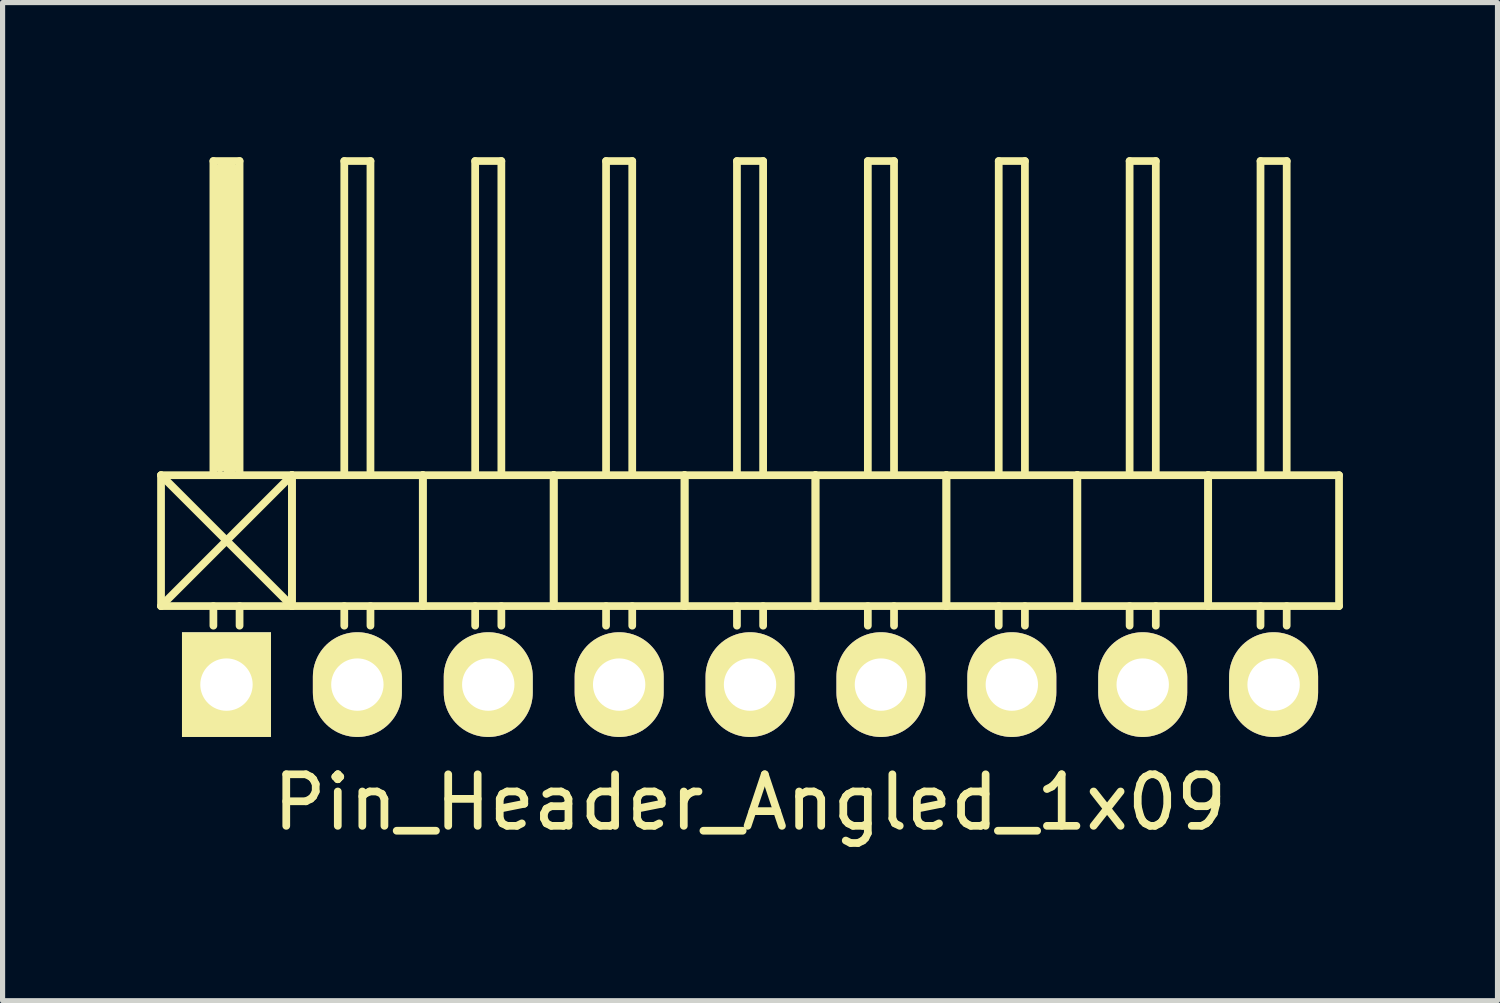
<source format=kicad_pcb>
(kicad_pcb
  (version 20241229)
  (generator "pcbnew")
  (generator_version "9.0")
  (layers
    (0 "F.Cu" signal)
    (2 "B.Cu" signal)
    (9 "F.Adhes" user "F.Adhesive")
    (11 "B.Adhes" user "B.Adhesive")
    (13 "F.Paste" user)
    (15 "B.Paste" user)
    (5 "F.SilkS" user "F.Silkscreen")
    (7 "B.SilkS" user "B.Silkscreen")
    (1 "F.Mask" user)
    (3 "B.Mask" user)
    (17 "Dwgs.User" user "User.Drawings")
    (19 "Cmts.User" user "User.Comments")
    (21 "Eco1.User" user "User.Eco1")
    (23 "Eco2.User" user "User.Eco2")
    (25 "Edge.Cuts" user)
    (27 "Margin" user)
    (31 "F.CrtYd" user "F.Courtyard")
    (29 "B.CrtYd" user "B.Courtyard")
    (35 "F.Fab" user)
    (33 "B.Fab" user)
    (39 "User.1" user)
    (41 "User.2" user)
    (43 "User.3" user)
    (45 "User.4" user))
  (footprint "Pin_Header_Angled_1x09"
    (layer "F.Cu")
    (at 11.505 10.235)
    (property "Reference" "Pin_Header_Angled_1x09" (at 0 2.286 0) (layer "F.SilkS") (effects (font (size 1 1) (thickness 0.15))))
    (attr through_hole)
    (fp_line (start -11.43 -4.064) (end -8.89 -1.524) (stroke (width 0.15) (type solid)) (layer "F.SilkS"))
    (fp_line (start -11.43 -1.524) (end -11.43 -4.064) (stroke (width 0.15) (type solid)) (layer "F.SilkS"))
    (fp_line (start -11.43 -1.524) (end -8.89 -1.524) (stroke (width 0.15) (type solid)) (layer "F.SilkS"))
    (fp_line (start -10.414 -10.16) (end -9.906 -10.16) (stroke (width 0.15) (type solid)) (layer "F.SilkS"))
    (fp_line (start -10.414 -4.064) (end -10.414 -10.16) (stroke (width 0.15) (type solid)) (layer "F.SilkS"))
    (fp_line (start -10.414 -1.524) (end -10.414 -1.143) (stroke (width 0.15) (type solid)) (layer "F.SilkS"))
    (fp_line (start -10.287 -10.033) (end -10.033 -10.033) (stroke (width 0.15) (type solid)) (layer "F.SilkS"))
    (fp_line (start -10.287 -4.191) (end -10.287 -10.033) (stroke (width 0.15) (type solid)) (layer "F.SilkS"))
    (fp_line (start -10.16 -4.191) (end -10.16 -10.033) (stroke (width 0.15) (type solid)) (layer "F.SilkS"))
    (fp_line (start -10.033 -10.033) (end -10.033 -4.191) (stroke (width 0.15) (type solid)) (layer "F.SilkS"))
    (fp_line (start -10.033 -4.191) (end -10.16 -4.191) (stroke (width 0.15) (type solid)) (layer "F.SilkS"))
    (fp_line (start -9.906 -10.16) (end -9.906 -4.064) (stroke (width 0.15) (type solid)) (layer "F.SilkS"))
    (fp_line (start -9.906 -1.524) (end -9.906 -1.143) (stroke (width 0.15) (type solid)) (layer "F.SilkS"))
    (fp_line (start -8.89 -4.064) (end -11.43 -4.064) (stroke (width 0.15) (type solid)) (layer "F.SilkS"))
    (fp_line (start -8.89 -4.064) (end -11.43 -1.524) (stroke (width 0.15) (type solid)) (layer "F.SilkS"))
    (fp_line (start -8.89 -1.524) (end -8.89 -4.064) (stroke (width 0.15) (type solid)) (layer "F.SilkS"))
    (fp_line (start -8.89 -1.524) (end -8.89 -4.064) (stroke (width 0.15) (type solid)) (layer "F.SilkS"))
    (fp_line (start -8.89 -1.524) (end -6.35 -1.524) (stroke (width 0.15) (type solid)) (layer "F.SilkS"))
    (fp_line (start -7.874 -10.16) (end -7.366 -10.16) (stroke (width 0.15) (type solid)) (layer "F.SilkS"))
    (fp_line (start -7.874 -4.064) (end -7.874 -10.16) (stroke (width 0.15) (type solid)) (layer "F.SilkS"))
    (fp_line (start -7.874 -1.524) (end -7.874 -1.143) (stroke (width 0.15) (type solid)) (layer "F.SilkS"))
    (fp_line (start -7.366 -10.16) (end -7.366 -4.064) (stroke (width 0.15) (type solid)) (layer "F.SilkS"))
    (fp_line (start -7.366 -1.524) (end -7.366 -1.143) (stroke (width 0.15) (type solid)) (layer "F.SilkS"))
    (fp_line (start -6.35 -4.064) (end -8.89 -4.064) (stroke (width 0.15) (type solid)) (layer "F.SilkS"))
    (fp_line (start -6.35 -1.524) (end -6.35 -4.064) (stroke (width 0.15) (type solid)) (layer "F.SilkS"))
    (fp_line (start -6.35 -1.524) (end -6.35 -4.064) (stroke (width 0.15) (type solid)) (layer "F.SilkS"))
    (fp_line (start -6.35 -1.524) (end -3.81 -1.524) (stroke (width 0.15) (type solid)) (layer "F.SilkS"))
    (fp_line (start -5.334 -10.16) (end -4.826 -10.16) (stroke (width 0.15) (type solid)) (layer "F.SilkS"))
    (fp_line (start -5.334 -4.064) (end -5.334 -10.16) (stroke (width 0.15) (type solid)) (layer "F.SilkS"))
    (fp_line (start -5.334 -1.524) (end -5.334 -1.143) (stroke (width 0.15) (type solid)) (layer "F.SilkS"))
    (fp_line (start -4.826 -10.16) (end -4.826 -4.064) (stroke (width 0.15) (type solid)) (layer "F.SilkS"))
    (fp_line (start -4.826 -1.524) (end -4.826 -1.143) (stroke (width 0.15) (type solid)) (layer "F.SilkS"))
    (fp_line (start -3.81 -4.064) (end -6.35 -4.064) (stroke (width 0.15) (type solid)) (layer "F.SilkS"))
    (fp_line (start -3.81 -1.524) (end -3.81 -4.064) (stroke (width 0.15) (type solid)) (layer "F.SilkS"))
    (fp_line (start -3.81 -1.524) (end -3.81 -4.064) (stroke (width 0.15) (type solid)) (layer "F.SilkS"))
    (fp_line (start -3.81 -1.524) (end -1.27 -1.524) (stroke (width 0.15) (type solid)) (layer "F.SilkS"))
    (fp_line (start -2.794 -10.16) (end -2.286 -10.16) (stroke (width 0.15) (type solid)) (layer "F.SilkS"))
    (fp_line (start -2.794 -4.064) (end -2.794 -10.16) (stroke (width 0.15) (type solid)) (layer "F.SilkS"))
    (fp_line (start -2.794 -1.524) (end -2.794 -1.143) (stroke (width 0.15) (type solid)) (layer "F.SilkS"))
    (fp_line (start -2.286 -10.16) (end -2.286 -4.064) (stroke (width 0.15) (type solid)) (layer "F.SilkS"))
    (fp_line (start -2.286 -1.524) (end -2.286 -1.143) (stroke (width 0.15) (type solid)) (layer "F.SilkS"))
    (fp_line (start -1.27 -4.064) (end -3.81 -4.064) (stroke (width 0.15) (type solid)) (layer "F.SilkS"))
    (fp_line (start -1.27 -1.524) (end -1.27 -4.064) (stroke (width 0.15) (type solid)) (layer "F.SilkS"))
    (fp_line (start -1.27 -1.524) (end -1.27 -4.064) (stroke (width 0.15) (type solid)) (layer "F.SilkS"))
    (fp_line (start -1.27 -1.524) (end 1.27 -1.524) (stroke (width 0.15) (type solid)) (layer "F.SilkS"))
    (fp_line (start -0.254 -10.16) (end 0.254 -10.16) (stroke (width 0.15) (type solid)) (layer "F.SilkS"))
    (fp_line (start -0.254 -4.064) (end -0.254 -10.16) (stroke (width 0.15) (type solid)) (layer "F.SilkS"))
    (fp_line (start -0.254 -1.524) (end -0.254 -1.143) (stroke (width 0.15) (type solid)) (layer "F.SilkS"))
    (fp_line (start 0.254 -10.16) (end 0.254 -4.064) (stroke (width 0.15) (type solid)) (layer "F.SilkS"))
    (fp_line (start 0.254 -1.524) (end 0.254 -1.143) (stroke (width 0.15) (type solid)) (layer "F.SilkS"))
    (fp_line (start 1.27 -4.064) (end -1.27 -4.064) (stroke (width 0.15) (type solid)) (layer "F.SilkS"))
    (fp_line (start 1.27 -1.524) (end 1.27 -4.064) (stroke (width 0.15) (type solid)) (layer "F.SilkS"))
    (fp_line (start 1.27 -1.524) (end 1.27 -4.064) (stroke (width 0.15) (type solid)) (layer "F.SilkS"))
    (fp_line (start 1.27 -1.524) (end 3.81 -1.524) (stroke (width 0.15) (type solid)) (layer "F.SilkS"))
    (fp_line (start 2.286 -10.16) (end 2.794 -10.16) (stroke (width 0.15) (type solid)) (layer "F.SilkS"))
    (fp_line (start 2.286 -4.064) (end 2.286 -10.16) (stroke (width 0.15) (type solid)) (layer "F.SilkS"))
    (fp_line (start 2.286 -1.524) (end 2.286 -1.143) (stroke (width 0.15) (type solid)) (layer "F.SilkS"))
    (fp_line (start 2.794 -10.16) (end 2.794 -4.064) (stroke (width 0.15) (type solid)) (layer "F.SilkS"))
    (fp_line (start 2.794 -1.524) (end 2.794 -1.143) (stroke (width 0.15) (type solid)) (layer "F.SilkS"))
    (fp_line (start 3.81 -4.064) (end 1.27 -4.064) (stroke (width 0.15) (type solid)) (layer "F.SilkS"))
    (fp_line (start 3.81 -1.524) (end 3.81 -4.064) (stroke (width 0.15) (type solid)) (layer "F.SilkS"))
    (fp_line (start 3.81 -1.524) (end 3.81 -4.064) (stroke (width 0.15) (type solid)) (layer "F.SilkS"))
    (fp_line (start 3.81 -1.524) (end 6.35 -1.524) (stroke (width 0.15) (type solid)) (layer "F.SilkS"))
    (fp_line (start 4.826 -10.16) (end 5.334 -10.16) (stroke (width 0.15) (type solid)) (layer "F.SilkS"))
    (fp_line (start 4.826 -4.064) (end 4.826 -10.16) (stroke (width 0.15) (type solid)) (layer "F.SilkS"))
    (fp_line (start 4.826 -1.524) (end 4.826 -1.143) (stroke (width 0.15) (type solid)) (layer "F.SilkS"))
    (fp_line (start 5.334 -10.16) (end 5.334 -4.064) (stroke (width 0.15) (type solid)) (layer "F.SilkS"))
    (fp_line (start 5.334 -1.524) (end 5.334 -1.143) (stroke (width 0.15) (type solid)) (layer "F.SilkS"))
    (fp_line (start 6.35 -4.064) (end 3.81 -4.064) (stroke (width 0.15) (type solid)) (layer "F.SilkS"))
    (fp_line (start 6.35 -1.524) (end 6.35 -4.064) (stroke (width 0.15) (type solid)) (layer "F.SilkS"))
    (fp_line (start 6.35 -1.524) (end 6.35 -4.064) (stroke (width 0.15) (type solid)) (layer "F.SilkS"))
    (fp_line (start 6.35 -1.524) (end 8.89 -1.524) (stroke (width 0.15) (type solid)) (layer "F.SilkS"))
    (fp_line (start 7.366 -10.16) (end 7.874 -10.16) (stroke (width 0.15) (type solid)) (layer "F.SilkS"))
    (fp_line (start 7.366 -4.064) (end 7.366 -10.16) (stroke (width 0.15) (type solid)) (layer "F.SilkS"))
    (fp_line (start 7.366 -1.524) (end 7.366 -1.143) (stroke (width 0.15) (type solid)) (layer "F.SilkS"))
    (fp_line (start 7.874 -10.16) (end 7.874 -4.064) (stroke (width 0.15) (type solid)) (layer "F.SilkS"))
    (fp_line (start 7.874 -1.524) (end 7.874 -1.143) (stroke (width 0.15) (type solid)) (layer "F.SilkS"))
    (fp_line (start 8.89 -4.064) (end 6.35 -4.064) (stroke (width 0.15) (type solid)) (layer "F.SilkS"))
    (fp_line (start 8.89 -1.524) (end 8.89 -4.064) (stroke (width 0.15) (type solid)) (layer "F.SilkS"))
    (fp_line (start 8.89 -1.524) (end 8.89 -4.064) (stroke (width 0.15) (type solid)) (layer "F.SilkS"))
    (fp_line (start 8.89 -1.524) (end 11.43 -1.524) (stroke (width 0.15) (type solid)) (layer "F.SilkS"))
    (fp_line (start 9.906 -10.16) (end 10.414 -10.16) (stroke (width 0.15) (type solid)) (layer "F.SilkS"))
    (fp_line (start 9.906 -4.064) (end 9.906 -10.16) (stroke (width 0.15) (type solid)) (layer "F.SilkS"))
    (fp_line (start 9.906 -1.524) (end 9.906 -1.143) (stroke (width 0.15) (type solid)) (layer "F.SilkS"))
    (fp_line (start 10.414 -10.16) (end 10.414 -4.064) (stroke (width 0.15) (type solid)) (layer "F.SilkS"))
    (fp_line (start 10.414 -1.524) (end 10.414 -1.143) (stroke (width 0.15) (type solid)) (layer "F.SilkS"))
    (fp_line (start 11.43 -4.064) (end 8.89 -4.064) (stroke (width 0.15) (type solid)) (layer "F.SilkS"))
    (fp_line (start 11.43 -1.524) (end 11.43 -4.064) (stroke (width 0.15) (type solid)) (layer "F.SilkS"))
    (pad "1" thru_hole rect (at -10.16 0) (size 1.727 2.032) (drill 1.016) (layers "*.Cu" "*.Mask" "F.SilkS"))
    (pad "2" thru_hole oval (at -7.62 0) (size 1.727 2.032) (drill 1.016) (layers "*.Cu" "*.Mask" "F.SilkS"))
    (pad "3" thru_hole oval (at -5.08 0) (size 1.727 2.032) (drill 1.016) (layers "*.Cu" "*.Mask" "F.SilkS"))
    (pad "4" thru_hole oval (at -2.54 0) (size 1.727 2.032) (drill 1.016) (layers "*.Cu" "*.Mask" "F.SilkS"))
    (pad "5" thru_hole oval (at 0 0) (size 1.727 2.032) (drill 1.016) (layers "*.Cu" "*.Mask" "F.SilkS"))
    (pad "6" thru_hole oval (at 2.54 0) (size 1.727 2.032) (drill 1.016) (layers "*.Cu" "*.Mask" "F.SilkS"))
    (pad "7" thru_hole oval (at 5.08 0) (size 1.727 2.032) (drill 1.016) (layers "*.Cu" "*.Mask" "F.SilkS"))
    (pad "8" thru_hole oval (at 7.62 0) (size 1.727 2.032) (drill 1.016) (layers "*.Cu" "*.Mask" "F.SilkS"))
    (pad "9" thru_hole oval (at 10.16 0) (size 1.727 2.032) (drill 1.016) (layers "*.Cu" "*.Mask" "F.SilkS")))
  (gr_rect
    (start -3 -3)
    (end 26.01 16.369)
    (stroke (width 0.1) (type default))
    (fill no)
    (layer "Edge.Cuts")))
</source>
